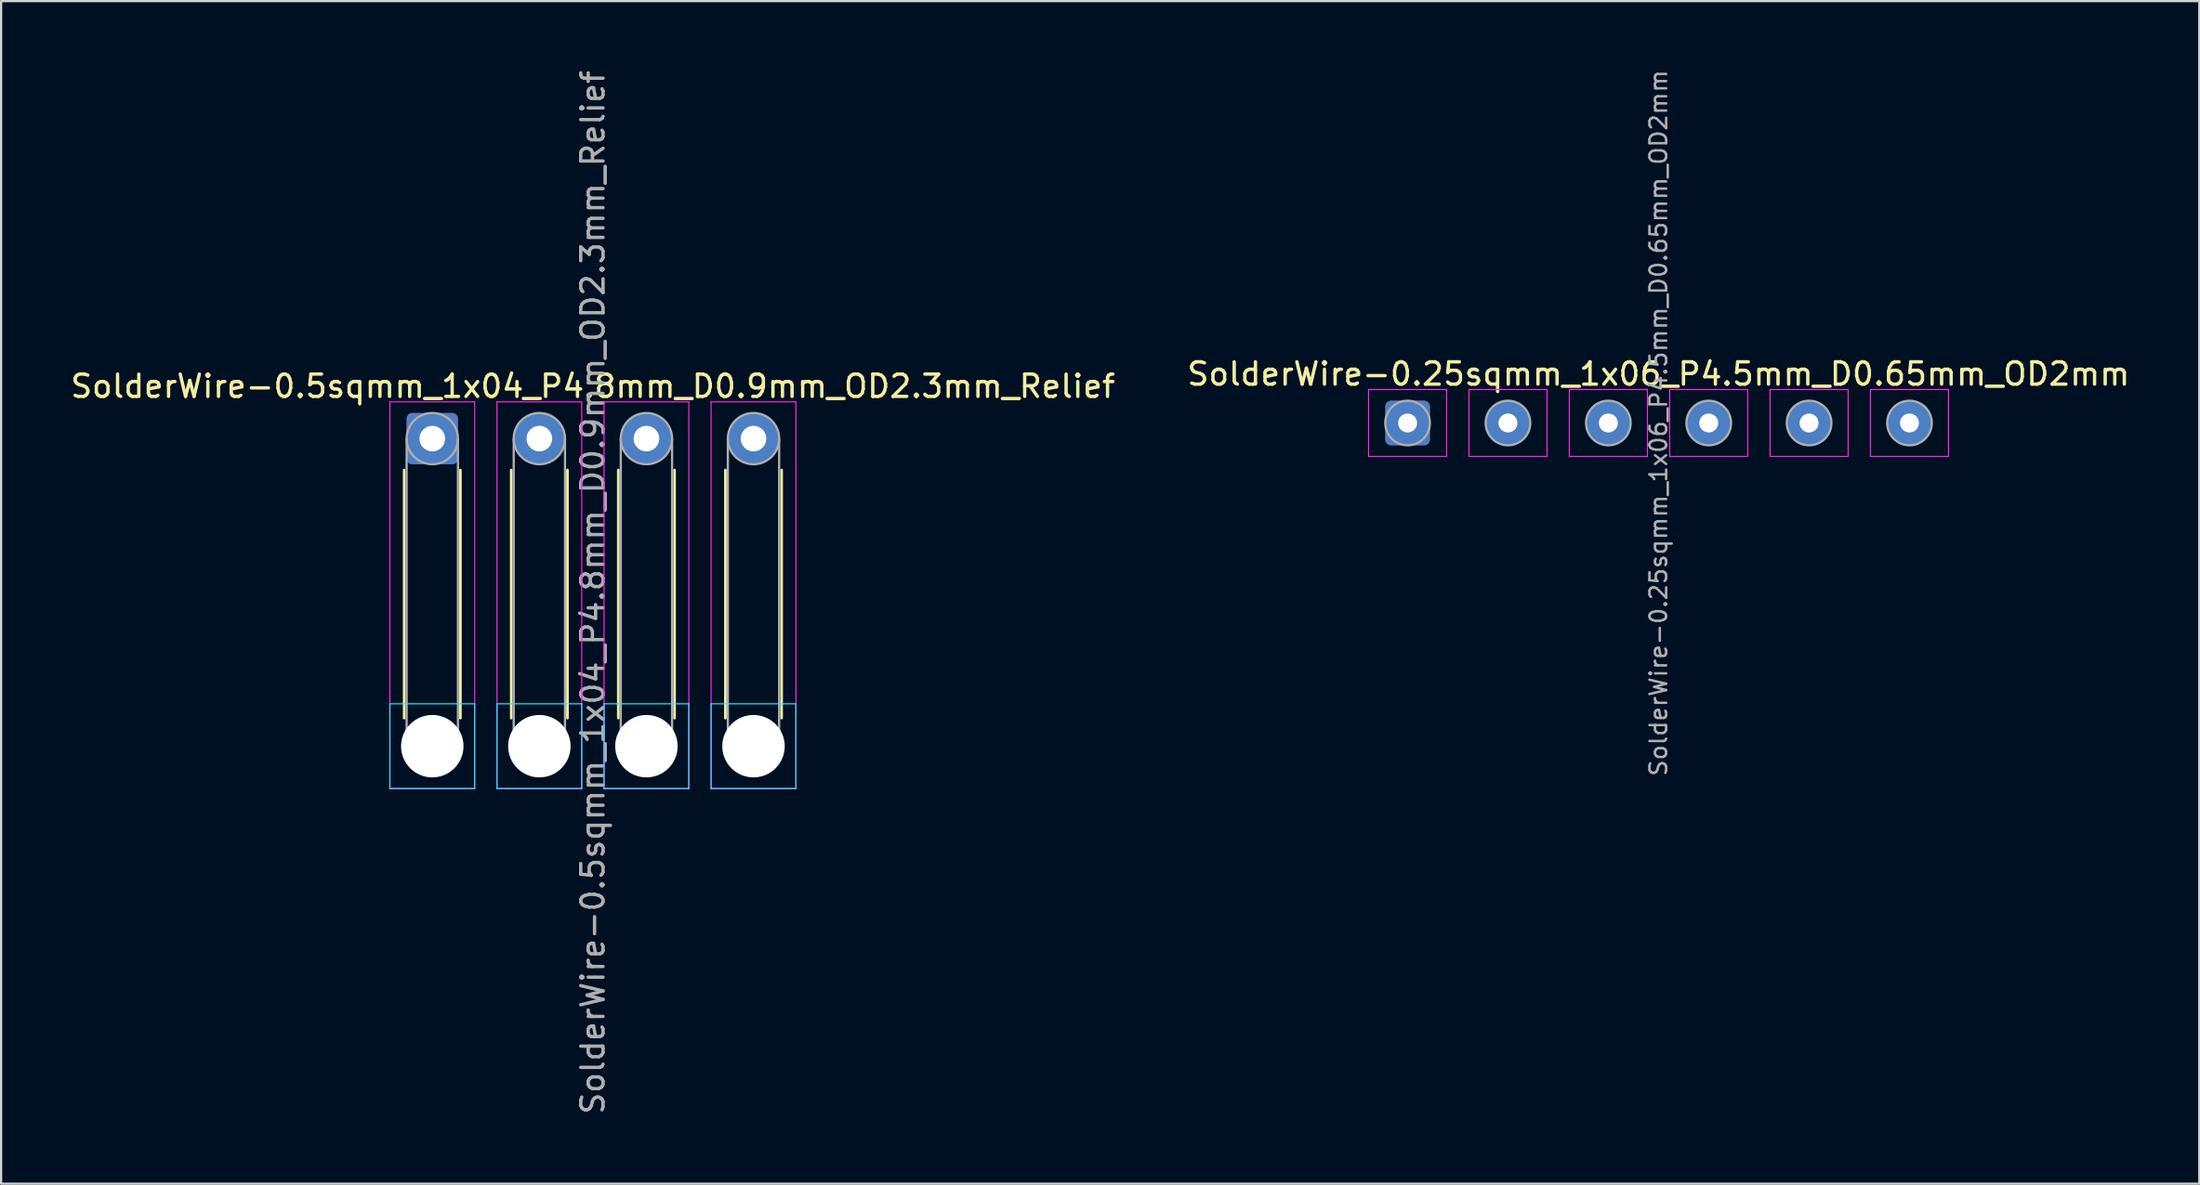
<source format=kicad_pcb>
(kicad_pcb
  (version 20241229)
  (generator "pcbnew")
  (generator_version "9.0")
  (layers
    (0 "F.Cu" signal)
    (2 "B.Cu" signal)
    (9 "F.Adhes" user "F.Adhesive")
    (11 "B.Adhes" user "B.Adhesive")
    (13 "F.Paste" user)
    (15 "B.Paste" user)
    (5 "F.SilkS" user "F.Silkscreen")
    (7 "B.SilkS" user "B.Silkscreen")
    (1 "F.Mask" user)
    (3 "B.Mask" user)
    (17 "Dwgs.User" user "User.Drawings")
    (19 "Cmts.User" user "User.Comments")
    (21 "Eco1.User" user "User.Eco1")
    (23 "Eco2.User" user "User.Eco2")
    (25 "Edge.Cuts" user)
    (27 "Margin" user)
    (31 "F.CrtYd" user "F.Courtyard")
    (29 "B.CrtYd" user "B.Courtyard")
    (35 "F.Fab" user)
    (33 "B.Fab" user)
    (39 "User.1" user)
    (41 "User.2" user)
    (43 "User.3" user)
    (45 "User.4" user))
  (footprint "SolderWire-0.25sqmm_1x06_P4.5mm_D0.65mm_OD2mm"
    (layer "F.Cu")
    (at 60.054 15.929)
    (property "Reference" "SolderWire-0.25sqmm_1x06_P4.5mm_D0.65mm_OD2mm" (at 11.25 -2.2 0) (layer "F.SilkS") (effects (font (size 1 1) (thickness 0.15))))
    (attr exclude_from_pos_files exclude_from_bom)
    (fp_line (start -1.75 -1.5) (end -1.75 1.5) (stroke (width 0.05) (type solid)) (layer "F.CrtYd"))
    (fp_line (start -1.75 1.5) (end 1.75 1.5) (stroke (width 0.05) (type solid)) (layer "F.CrtYd"))
    (fp_line (start 1.75 -1.5) (end -1.75 -1.5) (stroke (width 0.05) (type solid)) (layer "F.CrtYd"))
    (fp_line (start 1.75 1.5) (end 1.75 -1.5) (stroke (width 0.05) (type solid)) (layer "F.CrtYd"))
    (fp_line (start 2.75 -1.5) (end 2.75 1.5) (stroke (width 0.05) (type solid)) (layer "F.CrtYd"))
    (fp_line (start 2.75 1.5) (end 6.25 1.5) (stroke (width 0.05) (type solid)) (layer "F.CrtYd"))
    (fp_line (start 6.25 -1.5) (end 2.75 -1.5) (stroke (width 0.05) (type solid)) (layer "F.CrtYd"))
    (fp_line (start 6.25 1.5) (end 6.25 -1.5) (stroke (width 0.05) (type solid)) (layer "F.CrtYd"))
    (fp_line (start 7.25 -1.5) (end 7.25 1.5) (stroke (width 0.05) (type solid)) (layer "F.CrtYd"))
    (fp_line (start 7.25 1.5) (end 10.75 1.5) (stroke (width 0.05) (type solid)) (layer "F.CrtYd"))
    (fp_line (start 10.75 -1.5) (end 7.25 -1.5) (stroke (width 0.05) (type solid)) (layer "F.CrtYd"))
    (fp_line (start 10.75 1.5) (end 10.75 -1.5) (stroke (width 0.05) (type solid)) (layer "F.CrtYd"))
    (fp_line (start 11.75 -1.5) (end 11.75 1.5) (stroke (width 0.05) (type solid)) (layer "F.CrtYd"))
    (fp_line (start 11.75 1.5) (end 15.25 1.5) (stroke (width 0.05) (type solid)) (layer "F.CrtYd"))
    (fp_line (start 15.25 -1.5) (end 11.75 -1.5) (stroke (width 0.05) (type solid)) (layer "F.CrtYd"))
    (fp_line (start 15.25 1.5) (end 15.25 -1.5) (stroke (width 0.05) (type solid)) (layer "F.CrtYd"))
    (fp_line (start 16.25 -1.5) (end 16.25 1.5) (stroke (width 0.05) (type solid)) (layer "F.CrtYd"))
    (fp_line (start 16.25 1.5) (end 19.75 1.5) (stroke (width 0.05) (type solid)) (layer "F.CrtYd"))
    (fp_line (start 19.75 -1.5) (end 16.25 -1.5) (stroke (width 0.05) (type solid)) (layer "F.CrtYd"))
    (fp_line (start 19.75 1.5) (end 19.75 -1.5) (stroke (width 0.05) (type solid)) (layer "F.CrtYd"))
    (fp_line (start 20.75 -1.5) (end 20.75 1.5) (stroke (width 0.05) (type solid)) (layer "F.CrtYd"))
    (fp_line (start 20.75 1.5) (end 24.25 1.5) (stroke (width 0.05) (type solid)) (layer "F.CrtYd"))
    (fp_line (start 24.25 -1.5) (end 20.75 -1.5) (stroke (width 0.05) (type solid)) (layer "F.CrtYd"))
    (fp_line (start 24.25 1.5) (end 24.25 -1.5) (stroke (width 0.05) (type solid)) (layer "F.CrtYd"))
    (fp_circle (center 0 0) (end 1 0) (stroke (width 0.1) (type solid)) (fill no) (layer "F.Fab"))
    (fp_circle (center 4.5 0) (end 5.5 0) (stroke (width 0.1) (type solid)) (fill no) (layer "F.Fab"))
    (fp_circle (center 9 0) (end 10 0) (stroke (width 0.1) (type solid)) (fill no) (layer "F.Fab"))
    (fp_circle (center 13.5 0) (end 14.5 0) (stroke (width 0.1) (type solid)) (fill no) (layer "F.Fab"))
    (fp_circle (center 18 0) (end 19 0) (stroke (width 0.1) (type solid)) (fill no) (layer "F.Fab"))
    (fp_circle (center 22.5 0) (end 23.5 0) (stroke (width 0.1) (type solid)) (fill no) (layer "F.Fab"))
    (fp_text user "${REFERENCE}" (at 11.25 0 90) (layer "F.Fab") (effects (font (size 0.75 0.75) (thickness 0.11))))
    (pad "1" thru_hole roundrect (at 0 0) (size 2 2) (drill 0.85) (layers "*.Cu" "*.Mask") (roundrect_rratio 0.125))
    (pad "2" thru_hole circle (at 4.5 0) (size 2 2) (drill 0.85) (layers "*.Cu" "*.Mask"))
    (pad "3" thru_hole circle (at 9 0) (size 2 2) (drill 0.85) (layers "*.Cu" "*.Mask"))
    (pad "4" thru_hole circle (at 13.5 0) (size 2 2) (drill 0.85) (layers "*.Cu" "*.Mask"))
    (pad "5" thru_hole circle (at 18 0) (size 2 2) (drill 0.85) (layers "*.Cu" "*.Mask"))
    (pad "6" thru_hole circle (at 22.5 0) (size 2 2) (drill 0.85) (layers "*.Cu" "*.Mask")))
  (footprint "SolderWire-0.5sqmm_1x04_P4.8mm_D0.9mm_OD2.3mm_Relief"
    (layer "F.Cu")
    (at 16.33 16.63)
    (property "Reference" "SolderWire-0.5sqmm_1x04_P4.8mm_D0.9mm_OD2.3mm_Relief" (at 7.2 -2.35 0) (layer "F.SilkS") (effects (font (size 1 1) (thickness 0.15))))
    (attr exclude_from_pos_files exclude_from_bom)
    (fp_line (start -1.26 1.41) (end -1.26 12.54) (stroke (width 0.12) (type solid)) (layer "F.SilkS"))
    (fp_line (start 1.26 1.41) (end 1.26 12.54) (stroke (width 0.12) (type solid)) (layer "F.SilkS"))
    (fp_line (start 3.54 1.41) (end 3.54 12.54) (stroke (width 0.12) (type solid)) (layer "F.SilkS"))
    (fp_line (start 6.06 1.41) (end 6.06 12.54) (stroke (width 0.12) (type solid)) (layer "F.SilkS"))
    (fp_line (start 8.34 1.41) (end 8.34 12.54) (stroke (width 0.12) (type solid)) (layer "F.SilkS"))
    (fp_line (start 10.86 1.41) (end 10.86 12.54) (stroke (width 0.12) (type solid)) (layer "F.SilkS"))
    (fp_line (start 13.14 1.41) (end 13.14 12.54) (stroke (width 0.12) (type solid)) (layer "F.SilkS"))
    (fp_line (start 15.66 1.41) (end 15.66 12.54) (stroke (width 0.12) (type solid)) (layer "F.SilkS"))
    (fp_line (start -1.9 11.9) (end -1.9 15.7) (stroke (width 0.05) (type solid)) (layer "B.CrtYd"))
    (fp_line (start -1.9 15.7) (end 1.9 15.7) (stroke (width 0.05) (type solid)) (layer "B.CrtYd"))
    (fp_line (start 1.9 11.9) (end -1.9 11.9) (stroke (width 0.05) (type solid)) (layer "B.CrtYd"))
    (fp_line (start 1.9 15.7) (end 1.9 11.9) (stroke (width 0.05) (type solid)) (layer "B.CrtYd"))
    (fp_line (start 2.9 11.9) (end 2.9 15.7) (stroke (width 0.05) (type solid)) (layer "B.CrtYd"))
    (fp_line (start 2.9 15.7) (end 6.7 15.7) (stroke (width 0.05) (type solid)) (layer "B.CrtYd"))
    (fp_line (start 6.7 11.9) (end 2.9 11.9) (stroke (width 0.05) (type solid)) (layer "B.CrtYd"))
    (fp_line (start 6.7 15.7) (end 6.7 11.9) (stroke (width 0.05) (type solid)) (layer "B.CrtYd"))
    (fp_line (start 7.7 11.9) (end 7.7 15.7) (stroke (width 0.05) (type solid)) (layer "B.CrtYd"))
    (fp_line (start 7.7 15.7) (end 11.5 15.7) (stroke (width 0.05) (type solid)) (layer "B.CrtYd"))
    (fp_line (start 11.5 11.9) (end 7.7 11.9) (stroke (width 0.05) (type solid)) (layer "B.CrtYd"))
    (fp_line (start 11.5 15.7) (end 11.5 11.9) (stroke (width 0.05) (type solid)) (layer "B.CrtYd"))
    (fp_line (start 12.5 11.9) (end 12.5 15.7) (stroke (width 0.05) (type solid)) (layer "B.CrtYd"))
    (fp_line (start 12.5 15.7) (end 16.3 15.7) (stroke (width 0.05) (type solid)) (layer "B.CrtYd"))
    (fp_line (start 16.3 11.9) (end 12.5 11.9) (stroke (width 0.05) (type solid)) (layer "B.CrtYd"))
    (fp_line (start 16.3 15.7) (end 16.3 11.9) (stroke (width 0.05) (type solid)) (layer "B.CrtYd"))
    (fp_line (start -1.9 -1.65) (end -1.9 15.7) (stroke (width 0.05) (type solid)) (layer "F.CrtYd"))
    (fp_line (start -1.9 15.7) (end 1.9 15.7) (stroke (width 0.05) (type solid)) (layer "F.CrtYd"))
    (fp_line (start 1.9 -1.65) (end -1.9 -1.65) (stroke (width 0.05) (type solid)) (layer "F.CrtYd"))
    (fp_line (start 1.9 15.7) (end 1.9 -1.65) (stroke (width 0.05) (type solid)) (layer "F.CrtYd"))
    (fp_line (start 2.9 -1.65) (end 2.9 15.7) (stroke (width 0.05) (type solid)) (layer "F.CrtYd"))
    (fp_line (start 2.9 15.7) (end 6.7 15.7) (stroke (width 0.05) (type solid)) (layer "F.CrtYd"))
    (fp_line (start 6.7 -1.65) (end 2.9 -1.65) (stroke (width 0.05) (type solid)) (layer "F.CrtYd"))
    (fp_line (start 6.7 15.7) (end 6.7 -1.65) (stroke (width 0.05) (type solid)) (layer "F.CrtYd"))
    (fp_line (start 7.7 -1.65) (end 7.7 15.7) (stroke (width 0.05) (type solid)) (layer "F.CrtYd"))
    (fp_line (start 7.7 15.7) (end 11.5 15.7) (stroke (width 0.05) (type solid)) (layer "F.CrtYd"))
    (fp_line (start 11.5 -1.65) (end 7.7 -1.65) (stroke (width 0.05) (type solid)) (layer "F.CrtYd"))
    (fp_line (start 11.5 15.7) (end 11.5 -1.65) (stroke (width 0.05) (type solid)) (layer "F.CrtYd"))
    (fp_line (start 12.5 -1.65) (end 12.5 15.7) (stroke (width 0.05) (type solid)) (layer "F.CrtYd"))
    (fp_line (start 12.5 15.7) (end 16.3 15.7) (stroke (width 0.05) (type solid)) (layer "F.CrtYd"))
    (fp_line (start 16.3 -1.65) (end 12.5 -1.65) (stroke (width 0.05) (type solid)) (layer "F.CrtYd"))
    (fp_line (start 16.3 15.7) (end 16.3 -1.65) (stroke (width 0.05) (type solid)) (layer "F.CrtYd"))
    (fp_line (start -1.15 0) (end -1.15 13.8) (stroke (width 0.1) (type solid)) (layer "F.Fab"))
    (fp_line (start 1.15 0) (end 1.15 13.8) (stroke (width 0.1) (type solid)) (layer "F.Fab"))
    (fp_line (start 3.65 0) (end 3.65 13.8) (stroke (width 0.1) (type solid)) (layer "F.Fab"))
    (fp_line (start 5.95 0) (end 5.95 13.8) (stroke (width 0.1) (type solid)) (layer "F.Fab"))
    (fp_line (start 8.45 0) (end 8.45 13.8) (stroke (width 0.1) (type solid)) (layer "F.Fab"))
    (fp_line (start 10.75 0) (end 10.75 13.8) (stroke (width 0.1) (type solid)) (layer "F.Fab"))
    (fp_line (start 13.25 0) (end 13.25 13.8) (stroke (width 0.1) (type solid)) (layer "F.Fab"))
    (fp_line (start 15.55 0) (end 15.55 13.8) (stroke (width 0.1) (type solid)) (layer "F.Fab"))
    (fp_circle (center 0 0) (end 1.15 0) (stroke (width 0.1) (type solid)) (fill no) (layer "F.Fab"))
    (fp_circle (center 0 13.8) (end 1.15 13.8) (stroke (width 0.1) (type solid)) (fill no) (layer "F.Fab"))
    (fp_circle (center 4.8 0) (end 5.95 0) (stroke (width 0.1) (type solid)) (fill no) (layer "F.Fab"))
    (fp_circle (center 4.8 13.8) (end 5.95 13.8) (stroke (width 0.1) (type solid)) (fill no) (layer "F.Fab"))
    (fp_circle (center 9.6 0) (end 10.75 0) (stroke (width 0.1) (type solid)) (fill no) (layer "F.Fab"))
    (fp_circle (center 9.6 13.8) (end 10.75 13.8) (stroke (width 0.1) (type solid)) (fill no) (layer "F.Fab"))
    (fp_circle (center 14.4 0) (end 15.55 0) (stroke (width 0.1) (type solid)) (fill no) (layer "F.Fab"))
    (fp_circle (center 14.4 13.8) (end 15.55 13.8) (stroke (width 0.1) (type solid)) (fill no) (layer "F.Fab"))
    (fp_text user "${REFERENCE}" (at 7.2 6.9 90) (layer "F.Fab") (effects (font (size 1 1) (thickness 0.15))))
    (pad "" np_thru_hole circle (at 0 13.8) (size 2.8 2.8) (drill 2.8) (layers "*.Cu" "*.Mask"))
    (pad "" np_thru_hole circle (at 4.8 13.8) (size 2.8 2.8) (drill 2.8) (layers "*.Cu" "*.Mask"))
    (pad "" np_thru_hole circle (at 9.6 13.8) (size 2.8 2.8) (drill 2.8) (layers "*.Cu" "*.Mask"))
    (pad "" np_thru_hole circle (at 14.4 13.8) (size 2.8 2.8) (drill 2.8) (layers "*.Cu" "*.Mask"))
    (pad "1" thru_hole roundrect (at 0 0) (size 2.3 2.3) (drill 1.15) (layers "*.Cu" "*.Mask") (roundrect_rratio 0.109))
    (pad "2" thru_hole circle (at 4.8 0) (size 2.3 2.3) (drill 1.15) (layers "*.Cu" "*.Mask"))
    (pad "3" thru_hole circle (at 9.6 0) (size 2.3 2.3) (drill 1.15) (layers "*.Cu" "*.Mask"))
    (pad "4" thru_hole circle (at 14.4 0) (size 2.3 2.3) (drill 1.15) (layers "*.Cu" "*.Mask")))
  (gr_rect
    (start -3 -3)
    (end 95.548 50.06)
    (stroke (width 0.1) (type default))
    (fill no)
    (layer "Edge.Cuts")))
</source>
